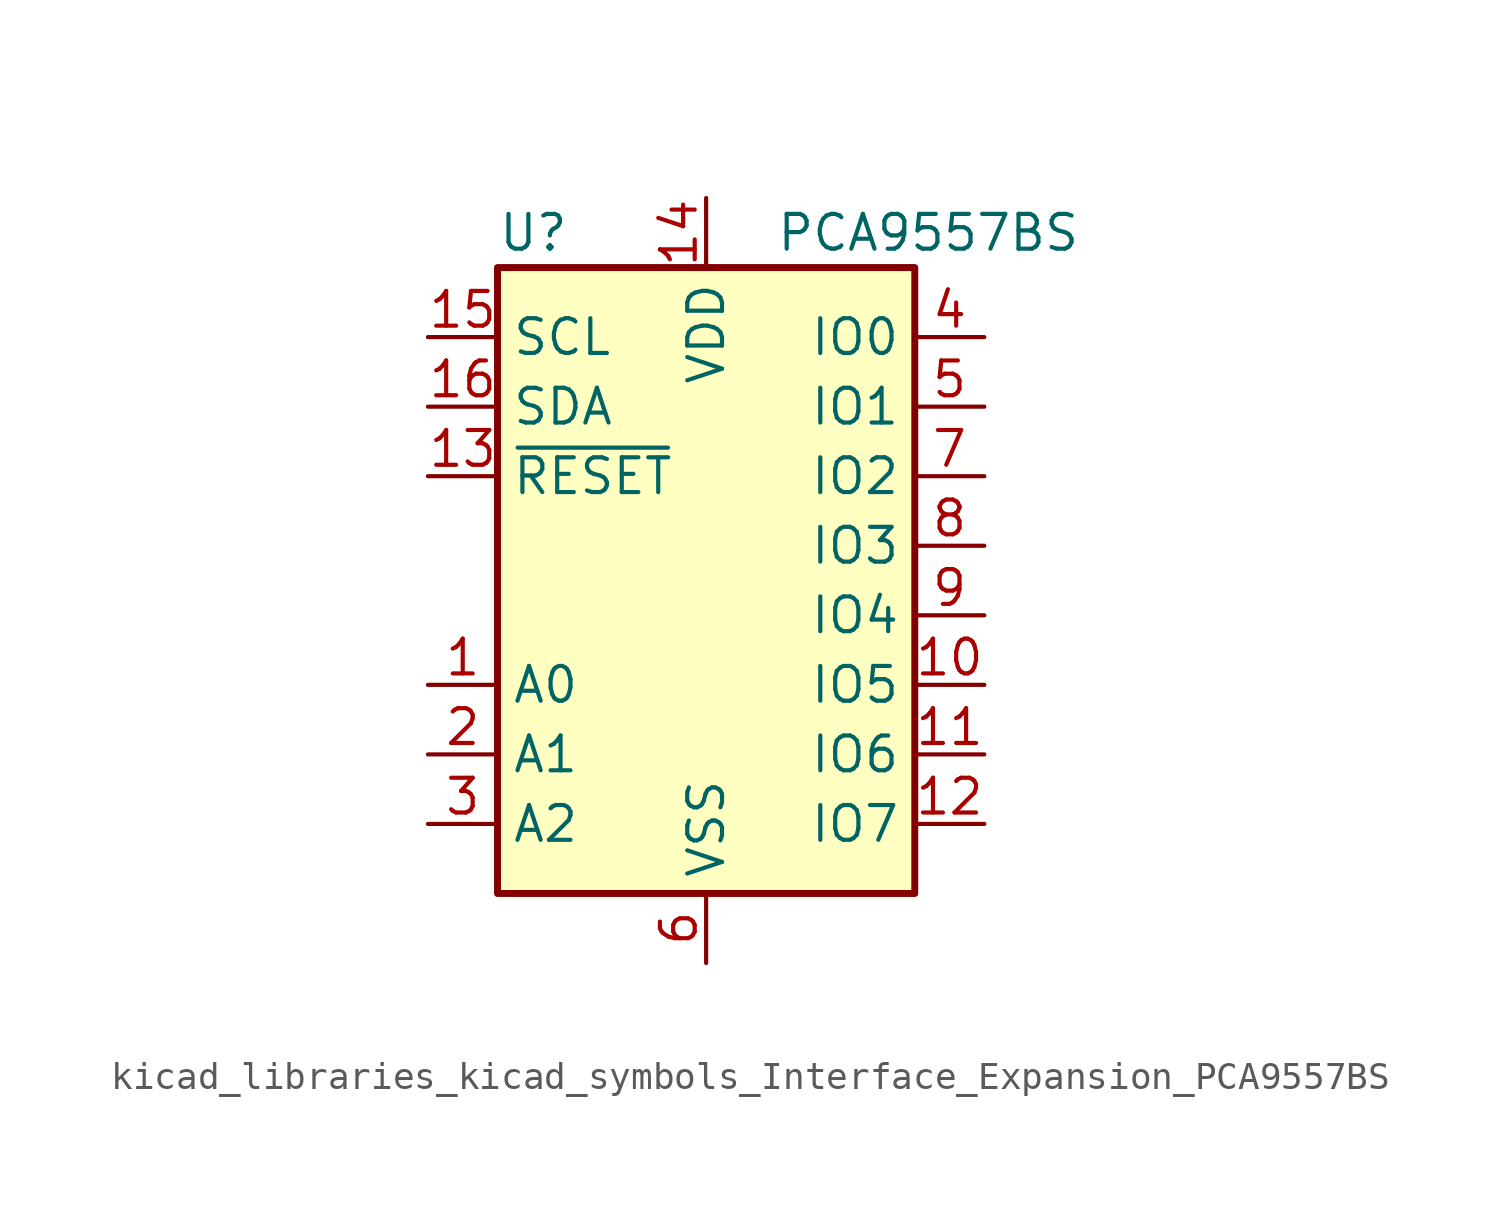
<source format=kicad_sym>
(kicad_symbol_lib
  (version 20220914)
  (generator kicad_symbol_editor)
  (symbol "kicad_libraries_kicad_symbols_Interface_Expansion_PCA9557BS"
    (property "Reference" "U"
      (at -7.62 11.43 0)
      (effects (font (size 1.27 1.27)) (justify left)))
    (property "Value" "PCA9557BS"
      (at 2.54 11.43 0)
      (effects (font (size 1.27 1.27)) (justify left)))
    (symbol "kicad_libraries_kicad_symbols_Interface_Expansion_PCA9557BS_0_1"
      (rectangle (start -7.62 -12.7) (end 7.62 10.16) (stroke (width 0.254) (type default)) (fill (type background))))
    (symbol "kicad_libraries_kicad_symbols_Interface_Expansion_PCA9557BS_1_1"
      (pin input line (at -10.16 -5.08 0) (length 2.54) (name "A0" (effects (font (size 1.27 1.27)))) (number "1" (effects (font (size 1.27 1.27)))))
      (pin bidirectional line (at 10.16 -5.08 180) (length 2.54) (name "IO5" (effects (font (size 1.27 1.27)))) (number "10" (effects (font (size 1.27 1.27)))))
      (pin bidirectional line (at 10.16 -7.62 180) (length 2.54) (name "IO6" (effects (font (size 1.27 1.27)))) (number "11" (effects (font (size 1.27 1.27)))))
      (pin bidirectional line (at 10.16 -10.16 180) (length 2.54) (name "IO7" (effects (font (size 1.27 1.27)))) (number "12" (effects (font (size 1.27 1.27)))))
      (pin input line (at -10.16 2.54 0) (length 2.54) (name "~{RESET}" (effects (font (size 1.27 1.27)))) (number "13" (effects (font (size 1.27 1.27)))))
      (pin power_in line (at 0 12.7 270) (length 2.54) (name "VDD" (effects (font (size 1.27 1.27)))) (number "14" (effects (font (size 1.27 1.27)))))
      (pin input line (at -10.16 7.62 0) (length 2.54) (name "SCL" (effects (font (size 1.27 1.27)))) (number "15" (effects (font (size 1.27 1.27)))))
      (pin bidirectional line (at -10.16 5.08 0) (length 2.54) (name "SDA" (effects (font (size 1.27 1.27)))) (number "16" (effects (font (size 1.27 1.27)))))
      (pin input line (at -10.16 -7.62 0) (length 2.54) (name "A1" (effects (font (size 1.27 1.27)))) (number "2" (effects (font (size 1.27 1.27)))))
      (pin input line (at -10.16 -10.16 0) (length 2.54) (name "A2" (effects (font (size 1.27 1.27)))) (number "3" (effects (font (size 1.27 1.27)))))
      (pin bidirectional line (at 10.16 7.62 180) (length 2.54) (name "IO0" (effects (font (size 1.27 1.27)))) (number "4" (effects (font (size 1.27 1.27)))))
      (pin bidirectional line (at 10.16 5.08 180) (length 2.54) (name "IO1" (effects (font (size 1.27 1.27)))) (number "5" (effects (font (size 1.27 1.27)))))
      (pin power_in line (at 0 -15.24 90) (length 2.54) (name "VSS" (effects (font (size 1.27 1.27)))) (number "6" (effects (font (size 1.27 1.27)))))
      (pin bidirectional line (at 10.16 2.54 180) (length 2.54) (name "IO2" (effects (font (size 1.27 1.27)))) (number "7" (effects (font (size 1.27 1.27)))))
      (pin bidirectional line (at 10.16 0 180) (length 2.54) (name "IO3" (effects (font (size 1.27 1.27)))) (number "8" (effects (font (size 1.27 1.27)))))
      (pin bidirectional line (at 10.16 -2.54 180) (length 2.54) (name "IO4" (effects (font (size 1.27 1.27)))) (number "9" (effects (font (size 1.27 1.27))))))))
</source>
